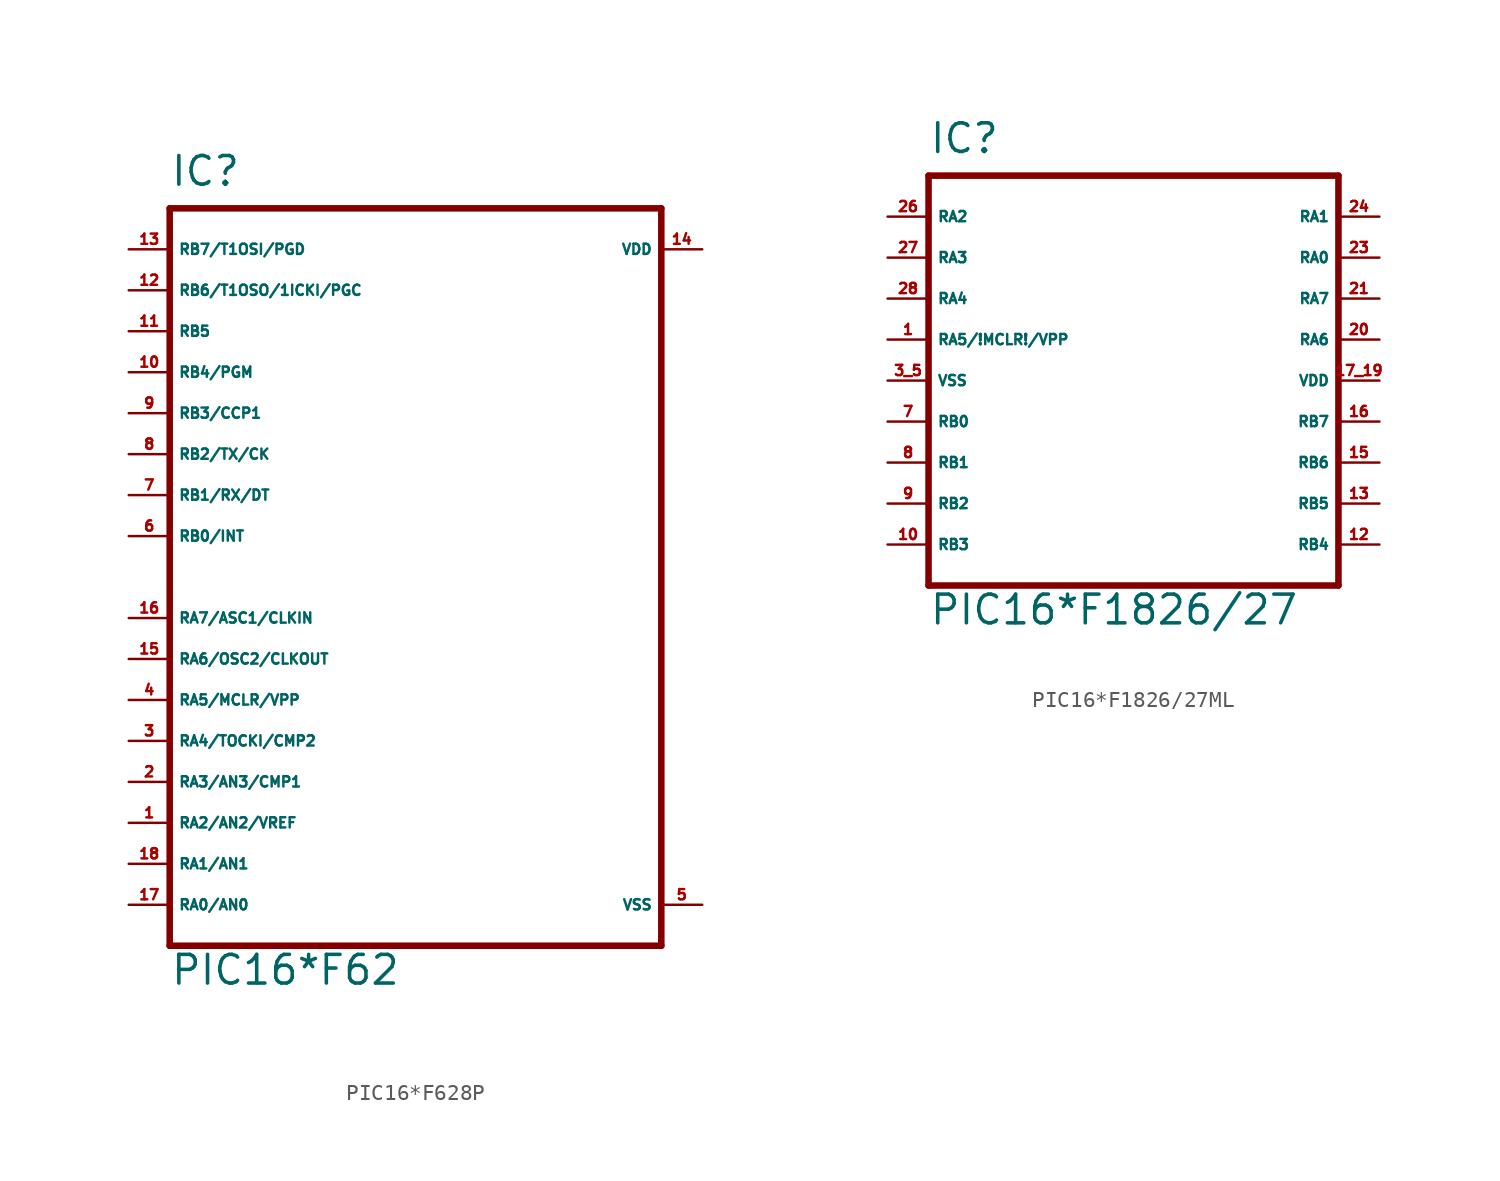
<source format=kicad_sym>
(kicad_symbol_lib
  (version 20220914)
  (generator Eagle2Kicad)
  (symbol "PIC16*F628P"
    (property "Reference" "IC"
      (at -15.24 24.13 0)
      (effects (font (size 1.778 1.778) (thickness 0.22)) (justify left bottom)))
    (property "Value" "PIC16*F62"
      (at -15.24 -25.4 0)
      (effects (font (size 1.778 1.778) (thickness 0.22)) (justify left bottom)))
    (polyline
      (pts (xy 15.24 -22.86) (xy -15.24 -22.86))
      (stroke (width 0.406) (type default))
      (fill (type none)))
    (polyline
      (pts (xy -15.24 -22.86) (xy -15.24 22.86))
      (stroke (width 0.406) (type default))
      (fill (type none)))
    (polyline
      (pts (xy -15.24 22.86) (xy 15.24 22.86))
      (stroke (width 0.406) (type default))
      (fill (type none)))
    (polyline
      (pts (xy 15.24 22.86) (xy 15.24 -22.86))
      (stroke (width 0.406) (type default))
      (fill (type none)))
    (pin bidirectional line
      (at -17.78 -20.32 0)
      (length 2.54)
      (name "RA0/AN0" (effects (font (size 0.635 0.635) (thickness 0.08)) (justify left bottom)))
      (number "17" (effects (font (size 0.635 0.635) (thickness 0.08)) (justify left bottom))))
    (pin bidirectional line
      (at -17.78 -17.78 0)
      (length 2.54)
      (name "RA1/AN1" (effects (font (size 0.635 0.635) (thickness 0.08)) (justify left bottom)))
      (number "18" (effects (font (size 0.635 0.635) (thickness 0.08)) (justify left bottom))))
    (pin bidirectional line
      (at -17.78 -15.24 0)
      (length 2.54)
      (name "RA2/AN2/VREF" (effects (font (size 0.635 0.635) (thickness 0.08)) (justify left bottom)))
      (number "1" (effects (font (size 0.635 0.635) (thickness 0.08)) (justify left bottom))))
    (pin bidirectional line
      (at -17.78 -12.7 0)
      (length 2.54)
      (name "RA3/AN3/CMP1" (effects (font (size 0.635 0.635) (thickness 0.08)) (justify left bottom)))
      (number "2" (effects (font (size 0.635 0.635) (thickness 0.08)) (justify left bottom))))
    (pin bidirectional line
      (at -17.78 2.54 0)
      (length 2.54)
      (name "RB0/INT" (effects (font (size 0.635 0.635) (thickness 0.08)) (justify left bottom)))
      (number "6" (effects (font (size 0.635 0.635) (thickness 0.08)) (justify left bottom))))
    (pin bidirectional line
      (at -17.78 5.08 0)
      (length 2.54)
      (name "RB1/RX/DT" (effects (font (size 0.635 0.635) (thickness 0.08)) (justify left bottom)))
      (number "7" (effects (font (size 0.635 0.635) (thickness 0.08)) (justify left bottom))))
    (pin bidirectional line
      (at -17.78 7.62 0)
      (length 2.54)
      (name "RB2/TX/CK" (effects (font (size 0.635 0.635) (thickness 0.08)) (justify left bottom)))
      (number "8" (effects (font (size 0.635 0.635) (thickness 0.08)) (justify left bottom))))
    (pin bidirectional line
      (at -17.78 10.16 0)
      (length 2.54)
      (name "RB3/CCP1" (effects (font (size 0.635 0.635) (thickness 0.08)) (justify left bottom)))
      (number "9" (effects (font (size 0.635 0.635) (thickness 0.08)) (justify left bottom))))
    (pin bidirectional line
      (at -17.78 12.7 0)
      (length 2.54)
      (name "RB4/PGM" (effects (font (size 0.635 0.635) (thickness 0.08)) (justify left bottom)))
      (number "10" (effects (font (size 0.635 0.635) (thickness 0.08)) (justify left bottom))))
    (pin bidirectional line
      (at -17.78 15.24 0)
      (length 2.54)
      (name "RB5" (effects (font (size 0.635 0.635) (thickness 0.08)) (justify left bottom)))
      (number "11" (effects (font (size 0.635 0.635) (thickness 0.08)) (justify left bottom))))
    (pin bidirectional line
      (at -17.78 17.78 0)
      (length 2.54)
      (name "RB6/T1OSO/1ICKI/PGC" (effects (font (size 0.635 0.635) (thickness 0.08)) (justify left bottom)))
      (number "12" (effects (font (size 0.635 0.635) (thickness 0.08)) (justify left bottom))))
    (pin bidirectional line
      (at -17.78 20.32 0)
      (length 2.54)
      (name "RB7/T1OSI/PGD" (effects (font (size 0.635 0.635) (thickness 0.08)) (justify left bottom)))
      (number "13" (effects (font (size 0.635 0.635) (thickness 0.08)) (justify left bottom))))
    (pin unspecified line
      (at 17.78 -20.32 180)
      (length 2.54)
      (name "VSS" (effects (font (size 0.635 0.635) (thickness 0.08)) (justify left bottom)))
      (number "5" (effects (font (size 0.635 0.635) (thickness 0.08)) (justify left bottom))))
    (pin unspecified line
      (at 17.78 20.32 180)
      (length 2.54)
      (name "VDD" (effects (font (size 0.635 0.635) (thickness 0.08)) (justify left bottom)))
      (number "14" (effects (font (size 0.635 0.635) (thickness 0.08)) (justify left bottom))))
    (pin bidirectional line
      (at -17.78 -10.16 0)
      (length 2.54)
      (name "RA4/TOCKI/CMP2" (effects (font (size 0.635 0.635) (thickness 0.08)) (justify left bottom)))
      (number "3" (effects (font (size 0.635 0.635) (thickness 0.08)) (justify left bottom))))
    (pin input line
      (at -17.78 -7.62 0)
      (length 2.54)
      (name "RA5/MCLR/VPP" (effects (font (size 0.635 0.635) (thickness 0.08)) (justify left bottom)))
      (number "4" (effects (font (size 0.635 0.635) (thickness 0.08)) (justify left bottom))))
    (pin bidirectional line
      (at -17.78 -5.08 0)
      (length 2.54)
      (name "RA6/OSC2/CLKOUT" (effects (font (size 0.635 0.635) (thickness 0.08)) (justify left bottom)))
      (number "15" (effects (font (size 0.635 0.635) (thickness 0.08)) (justify left bottom))))
    (pin bidirectional line
      (at -17.78 -2.54 0)
      (length 2.54)
      (name "RA7/ASC1/CLKIN" (effects (font (size 0.635 0.635) (thickness 0.08)) (justify left bottom)))
      (number "16" (effects (font (size 0.635 0.635) (thickness 0.08)) (justify left bottom)))))
  (symbol "PIC16*F1826/27ML"
    (property "Reference" "IC"
      (at -12.7 13.97 0)
      (effects (font (size 1.778 1.778) (thickness 0.22)) (justify left bottom)))
    (property "Value" "PIC16*F1826/27"
      (at -12.7 -15.24 0)
      (effects (font (size 1.778 1.778) (thickness 0.22)) (justify left bottom)))
    (polyline
      (pts (xy -12.7 12.7) (xy 12.7 12.7))
      (stroke (width 0.406) (type default))
      (fill (type none)))
    (polyline
      (pts (xy 12.7 12.7) (xy 12.7 -12.7))
      (stroke (width 0.406) (type default))
      (fill (type none)))
    (polyline
      (pts (xy 12.7 -12.7) (xy -12.7 -12.7))
      (stroke (width 0.406) (type default))
      (fill (type none)))
    (polyline
      (pts (xy -12.7 -12.7) (xy -12.7 12.7))
      (stroke (width 0.406) (type default))
      (fill (type none)))
    (pin bidirectional line
      (at 15.24 10.16 180)
      (length 2.54)
      (name "RA1" (effects (font (size 0.635 0.635) (thickness 0.08)) (justify left bottom)))
      (number "24" (effects (font (size 0.635 0.635) (thickness 0.08)) (justify left bottom))))
    (pin bidirectional line
      (at -15.24 10.16 0)
      (length 2.54)
      (name "RA2" (effects (font (size 0.635 0.635) (thickness 0.08)) (justify left bottom)))
      (number "26" (effects (font (size 0.635 0.635) (thickness 0.08)) (justify left bottom))))
    (pin bidirectional line
      (at -15.24 7.62 0)
      (length 2.54)
      (name "RA3" (effects (font (size 0.635 0.635) (thickness 0.08)) (justify left bottom)))
      (number "27" (effects (font (size 0.635 0.635) (thickness 0.08)) (justify left bottom))))
    (pin bidirectional line
      (at -15.24 5.08 0)
      (length 2.54)
      (name "RA4" (effects (font (size 0.635 0.635) (thickness 0.08)) (justify left bottom)))
      (number "28" (effects (font (size 0.635 0.635) (thickness 0.08)) (justify left bottom))))
    (pin bidirectional line
      (at -15.24 -2.54 0)
      (length 2.54)
      (name "RB0" (effects (font (size 0.635 0.635) (thickness 0.08)) (justify left bottom)))
      (number "7" (effects (font (size 0.635 0.635) (thickness 0.08)) (justify left bottom))))
    (pin bidirectional line
      (at -15.24 -5.08 0)
      (length 2.54)
      (name "RB1" (effects (font (size 0.635 0.635) (thickness 0.08)) (justify left bottom)))
      (number "8" (effects (font (size 0.635 0.635) (thickness 0.08)) (justify left bottom))))
    (pin bidirectional line
      (at -15.24 -7.62 0)
      (length 2.54)
      (name "RB2" (effects (font (size 0.635 0.635) (thickness 0.08)) (justify left bottom)))
      (number "9" (effects (font (size 0.635 0.635) (thickness 0.08)) (justify left bottom))))
    (pin bidirectional line
      (at -15.24 -10.16 0)
      (length 2.54)
      (name "RB3" (effects (font (size 0.635 0.635) (thickness 0.08)) (justify left bottom)))
      (number "10" (effects (font (size 0.635 0.635) (thickness 0.08)) (justify left bottom))))
    (pin bidirectional line
      (at 15.24 -10.16 180)
      (length 2.54)
      (name "RB4" (effects (font (size 0.635 0.635) (thickness 0.08)) (justify left bottom)))
      (number "12" (effects (font (size 0.635 0.635) (thickness 0.08)) (justify left bottom))))
    (pin bidirectional line
      (at 15.24 -7.62 180)
      (length 2.54)
      (name "RB5" (effects (font (size 0.635 0.635) (thickness 0.08)) (justify left bottom)))
      (number "13" (effects (font (size 0.635 0.635) (thickness 0.08)) (justify left bottom))))
    (pin bidirectional line
      (at 15.24 -5.08 180)
      (length 2.54)
      (name "RB6" (effects (font (size 0.635 0.635) (thickness 0.08)) (justify left bottom)))
      (number "15" (effects (font (size 0.635 0.635) (thickness 0.08)) (justify left bottom))))
    (pin bidirectional line
      (at 15.24 -2.54 180)
      (length 2.54)
      (name "RB7" (effects (font (size 0.635 0.635) (thickness 0.08)) (justify left bottom)))
      (number "16" (effects (font (size 0.635 0.635) (thickness 0.08)) (justify left bottom))))
    (pin bidirectional line
      (at 15.24 2.54 180)
      (length 2.54)
      (name "RA6" (effects (font (size 0.635 0.635) (thickness 0.08)) (justify left bottom)))
      (number "20" (effects (font (size 0.635 0.635) (thickness 0.08)) (justify left bottom))))
    (pin bidirectional line
      (at 15.24 5.08 180)
      (length 2.54)
      (name "RA7" (effects (font (size 0.635 0.635) (thickness 0.08)) (justify left bottom)))
      (number "21" (effects (font (size 0.635 0.635) (thickness 0.08)) (justify left bottom))))
    (pin bidirectional line
      (at 15.24 7.62 180)
      (length 2.54)
      (name "RA0" (effects (font (size 0.635 0.635) (thickness 0.08)) (justify left bottom)))
      (number "23" (effects (font (size 0.635 0.635) (thickness 0.08)) (justify left bottom))))
    (pin unspecified line
      (at 15.24 0 180)
      (length 2.54)
      (name "VDD" (effects (font (size 0.635 0.635) (thickness 0.08)) (justify left bottom)))
      (number "17 19" (effects (font (size 0.635 0.635) (thickness 0.08)) (justify left bottom))))
    (pin unspecified line
      (at -15.24 0 0)
      (length 2.54)
      (name "VSS" (effects (font (size 0.635 0.635) (thickness 0.08)) (justify left bottom)))
      (number "3 5" (effects (font (size 0.635 0.635) (thickness 0.08)) (justify left bottom))))
    (pin bidirectional line
      (at -15.24 2.54 0)
      (length 2.54)
      (name "RA5/!MCLR!/VPP" (effects (font (size 0.635 0.635) (thickness 0.08)) (justify left bottom)))
      (number "1" (effects (font (size 0.635 0.635) (thickness 0.08)) (justify left bottom))))))
</source>
